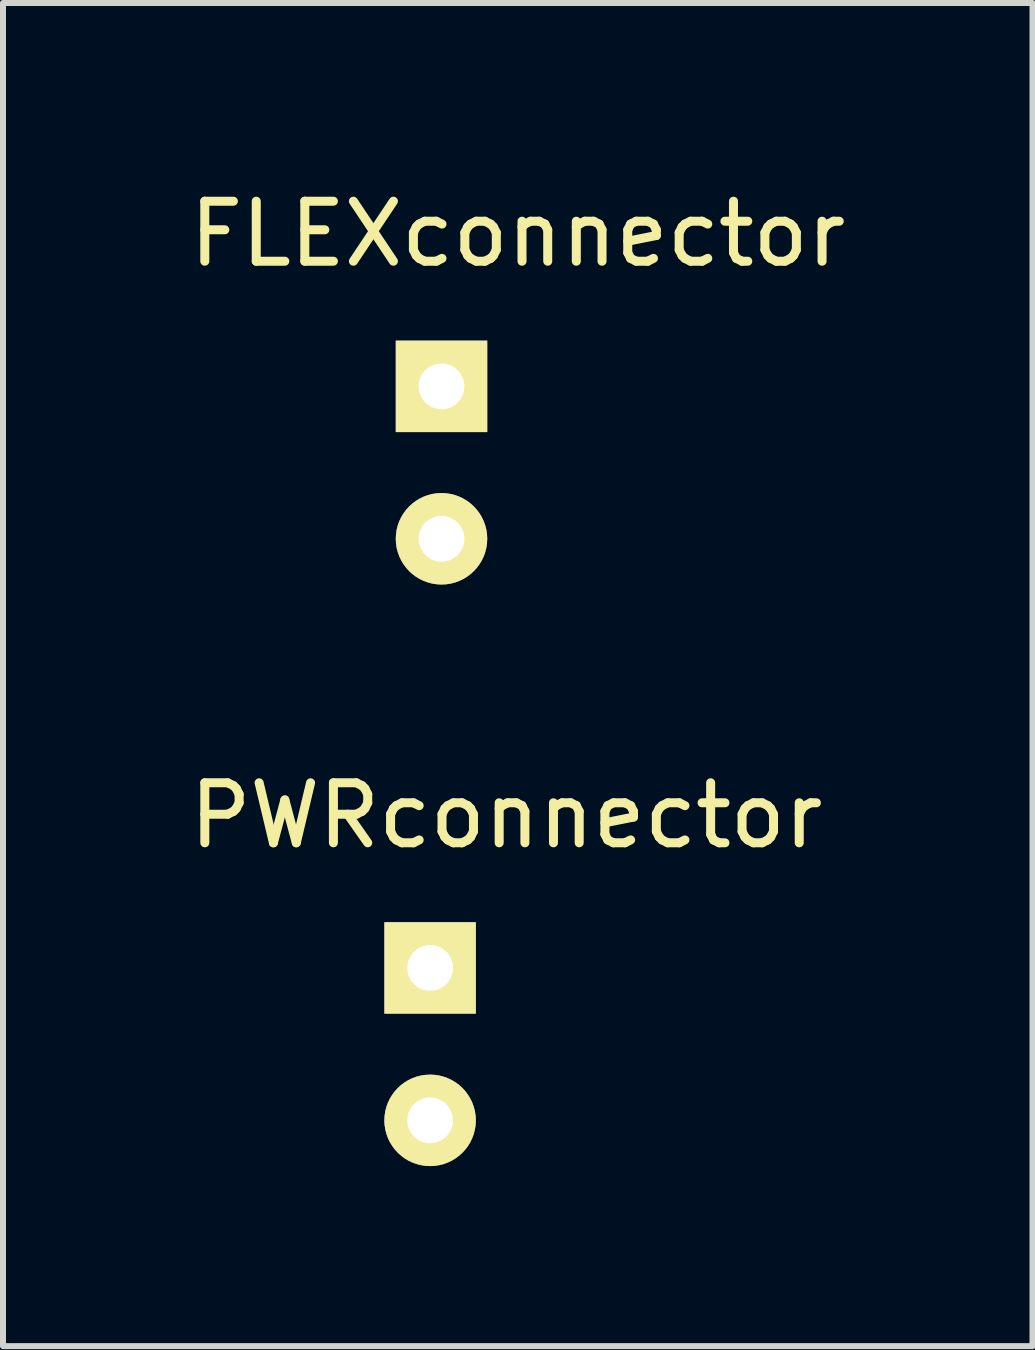
<source format=kicad_pcb>
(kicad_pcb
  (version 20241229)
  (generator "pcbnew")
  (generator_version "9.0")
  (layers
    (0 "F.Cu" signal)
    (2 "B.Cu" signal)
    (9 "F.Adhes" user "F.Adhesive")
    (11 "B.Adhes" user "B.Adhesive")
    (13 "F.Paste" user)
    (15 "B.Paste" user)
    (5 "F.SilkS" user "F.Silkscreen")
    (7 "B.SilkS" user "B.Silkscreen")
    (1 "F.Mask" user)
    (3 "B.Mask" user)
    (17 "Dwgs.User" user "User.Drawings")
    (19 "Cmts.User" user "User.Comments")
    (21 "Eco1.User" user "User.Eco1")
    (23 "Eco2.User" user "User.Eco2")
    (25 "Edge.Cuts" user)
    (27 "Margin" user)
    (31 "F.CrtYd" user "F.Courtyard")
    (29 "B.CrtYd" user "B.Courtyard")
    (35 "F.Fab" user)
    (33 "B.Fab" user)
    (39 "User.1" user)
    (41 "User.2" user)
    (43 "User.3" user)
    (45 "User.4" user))
  (footprint "FLEXconnector"
    (layer "F.Cu")
    (at 5.577 3.388)
    (property "Reference" "FLEXconnector" (at 0 -2.54 0) (layer "F.SilkS") (effects (font (size 1 1) (thickness 0.15))))
    (attr through_hole)
    (pad "1" thru_hole rect (at -1.27 0) (size 1.524 1.524) (drill 0.762) (layers "*.Cu" "*.Mask" "F.SilkS"))
    (pad "2" thru_hole circle (at -1.27 2.54) (size 1.524 1.524) (drill 0.762) (layers "*.Cu" "*.Mask" "F.SilkS")))
  (footprint "PWRconnector"
    (layer "F.Cu")
    (at 5.387 13.079)
    (property "Reference" "PWRconnector" (at 0 -2.54 0) (layer "F.SilkS") (effects (font (size 1 1) (thickness 0.15))))
    (attr through_hole)
    (pad "1" thru_hole rect (at -1.27 0) (size 1.524 1.524) (drill 0.762) (layers "*.Cu" "*.Mask" "F.SilkS"))
    (pad "2" thru_hole circle (at -1.27 2.54) (size 1.524 1.524) (drill 0.762) (layers "*.Cu" "*.Mask" "F.SilkS")))
  (gr_rect
    (start -3 -3)
    (end 14.155 19.381)
    (stroke (width 0.1) (type default))
    (fill no)
    (layer "Edge.Cuts")))
</source>
